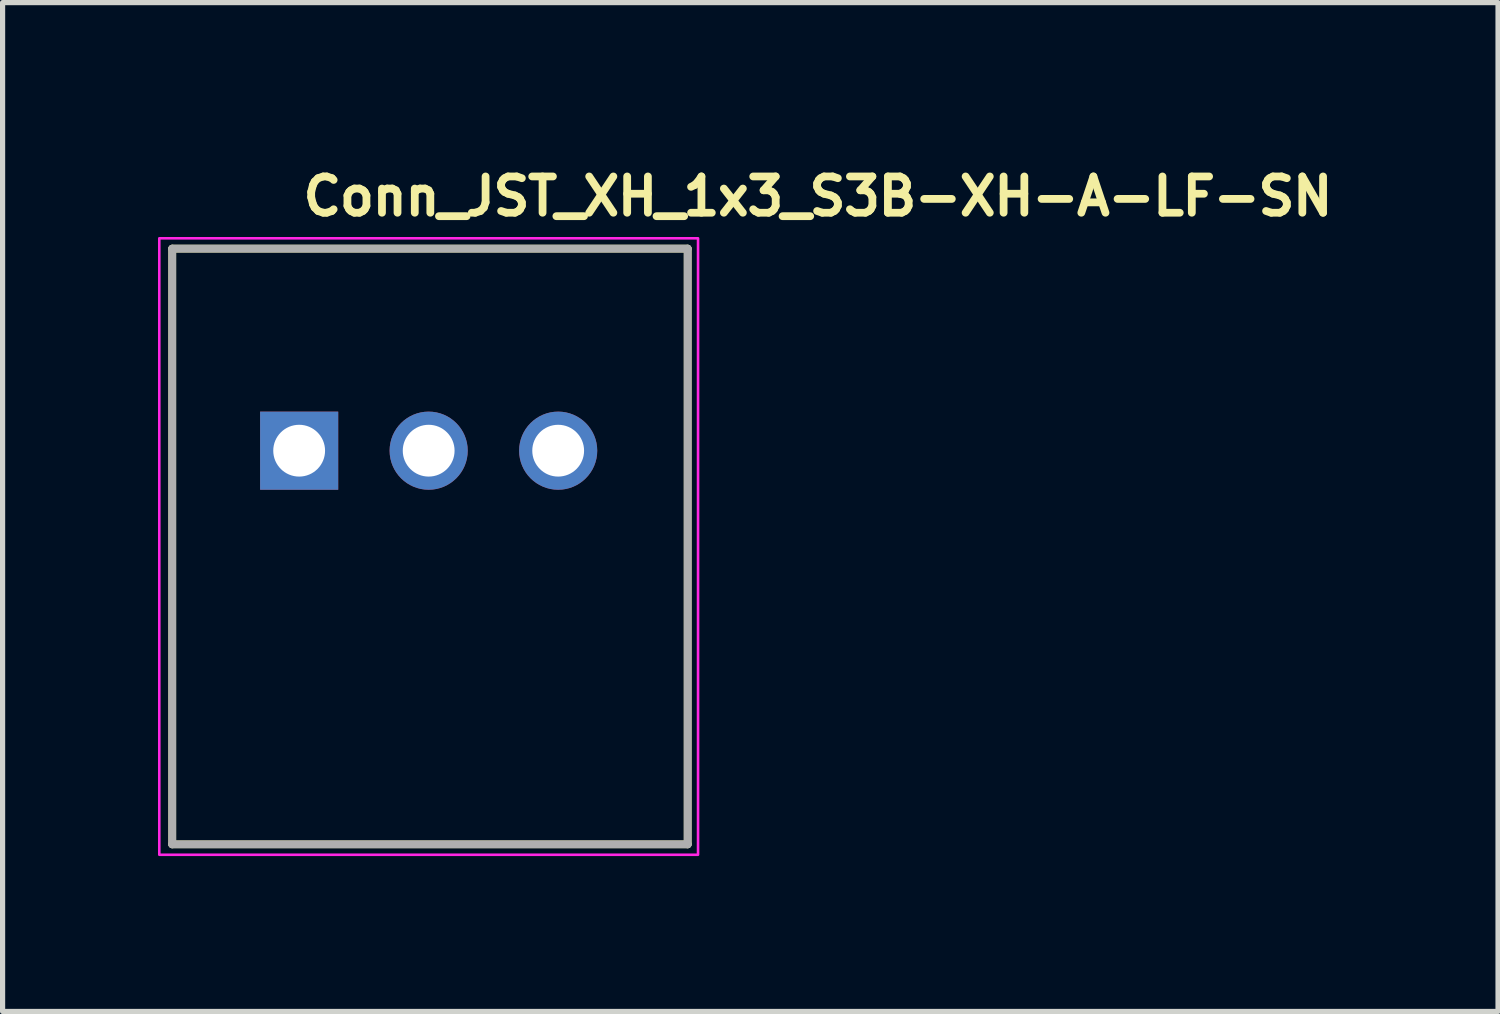
<source format=kicad_pcb>
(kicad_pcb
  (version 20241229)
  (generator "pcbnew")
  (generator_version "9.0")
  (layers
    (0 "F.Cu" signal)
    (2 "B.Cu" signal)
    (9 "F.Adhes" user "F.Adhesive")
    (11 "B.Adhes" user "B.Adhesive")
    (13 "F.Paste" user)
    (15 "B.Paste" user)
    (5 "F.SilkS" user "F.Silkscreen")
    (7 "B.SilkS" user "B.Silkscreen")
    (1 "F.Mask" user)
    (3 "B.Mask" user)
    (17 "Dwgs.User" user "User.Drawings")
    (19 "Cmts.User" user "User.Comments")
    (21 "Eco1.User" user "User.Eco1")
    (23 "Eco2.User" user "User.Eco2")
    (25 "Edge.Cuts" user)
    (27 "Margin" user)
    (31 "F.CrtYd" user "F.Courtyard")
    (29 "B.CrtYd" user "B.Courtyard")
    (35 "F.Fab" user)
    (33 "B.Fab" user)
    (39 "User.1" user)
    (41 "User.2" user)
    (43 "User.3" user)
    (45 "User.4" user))
  (footprint "Conn_JST_XH_1x3_S3B-XH-A-LF-SN"
    (layer "F.Cu")
    (at 2.725 5.65)
    (property "Reference" "Conn_JST_XH_1x3_S3B-XH-A-LF-SN" (at 0 -4.5 0) (layer "F.SilkS") (effects (font (size 0.7 0.7) (thickness 0.15)) (justify left bottom)))
    (attr through_hole)
    (fp_line (start -2.45 -3.9) (end 7.5 -3.9) (stroke (width 0.15) (type solid)) (layer "F.SilkS"))
    (fp_line (start -2.45 7.599) (end -2.45 -3.9) (stroke (width 0.15) (type solid)) (layer "F.SilkS"))
    (fp_line (start 7.5 -3.9) (end 7.5 7.599) (stroke (width 0.15) (type solid)) (layer "F.SilkS"))
    (fp_line (start 7.5 7.599) (end -2.45 7.599) (stroke (width 0.15) (type solid)) (layer "F.SilkS"))
    (fp_rect (start -2.7 -4.1) (end 7.7 7.8) (stroke (width 0.05) (type solid)) (fill no) (layer "F.CrtYd"))
    (fp_line (start -2.45 -3.9) (end 7.5 -3.9) (stroke (width 0.15) (type solid)) (layer "F.Fab"))
    (fp_line (start -2.45 7.599) (end -2.45 -3.9) (stroke (width 0.15) (type solid)) (layer "F.Fab"))
    (fp_line (start 7.5 -3.9) (end 7.5 7.599) (stroke (width 0.15) (type solid)) (layer "F.Fab"))
    (fp_line (start 7.5 7.599) (end -2.45 7.599) (stroke (width 0.15) (type solid)) (layer "F.Fab"))
    (fp_rect (start -2.45 -3.9) (end 7.45 7.599) (stroke (width 0.1) (type solid)) (fill no) (layer "User.5"))
    (fp_line (start -2.45 -3.9) (end -2.45 0.6) (stroke (width 0.02) (type solid)) (layer "User.9"))
    (fp_line (start -2.45 0.6) (end -2.45 7.599) (stroke (width 0.02) (type solid)) (layer "User.9"))
    (fp_line (start -1.549 -3.9) (end -2.45 -3.9) (stroke (width 0.02) (type solid)) (layer "User.9"))
    (fp_line (start -1.549 -3.9) (end -1.549 0.6) (stroke (width 0.02) (type solid)) (layer "User.9"))
    (fp_line (start -0.75 0.6) (end -2.45 0.6) (stroke (width 0.02) (type solid)) (layer "User.9"))
    (fp_line (start -0.75 0.6) (end -0.75 1.6) (stroke (width 0.02) (type solid)) (layer "User.9"))
    (fp_line (start -0.75 1.6) (end 0.75 1.6) (stroke (width 0.02) (type solid)) (layer "User.9"))
    (fp_line (start -0.5 4.6) (end -0.5 6.669) (stroke (width 0.02) (type solid)) (layer "User.9"))
    (fp_line (start -0.5 6.669) (end -0.499 6.675) (stroke (width 0.02) (type solid)) (layer "User.9"))
    (fp_line (start -0.5 7.13) (end -0.5 7.599) (stroke (width 0.02) (type solid)) (layer "User.9"))
    (fp_line (start -0.5 7.599) (end -2.45 7.599) (stroke (width 0.02) (type solid)) (layer "User.9"))
    (fp_line (start -0.5 7.599) (end 0.949 7.599) (stroke (width 0.02) (type solid)) (layer "User.9"))
    (fp_line (start -0.499 4.565) (end -0.5 4.6) (stroke (width 0.02) (type solid)) (layer "User.9"))
    (fp_line (start -0.499 6.675) (end -0.499 6.682) (stroke (width 0.02) (type solid)) (layer "User.9"))
    (fp_line (start -0.499 6.682) (end -0.498 6.688) (stroke (width 0.02) (type solid)) (layer "User.9"))
    (fp_line (start -0.499 7.117) (end -0.499 7.12) (stroke (width 0.02) (type solid)) (layer "User.9"))
    (fp_line (start -0.499 7.12) (end -0.499 7.124) (stroke (width 0.02) (type solid)) (layer "User.9"))
    (fp_line (start -0.499 7.124) (end -0.499 7.127) (stroke (width 0.02) (type solid)) (layer "User.9"))
    (fp_line (start -0.499 7.127) (end -0.5 7.13) (stroke (width 0.02) (type solid)) (layer "User.9"))
    (fp_line (start -0.498 6.688) (end -0.496 6.695) (stroke (width 0.02) (type solid)) (layer "User.9"))
    (fp_line (start -0.498 7.111) (end -0.498 7.114) (stroke (width 0.02) (type solid)) (layer "User.9"))
    (fp_line (start -0.498 7.114) (end -0.499 7.117) (stroke (width 0.02) (type solid)) (layer "User.9"))
    (fp_line (start -0.497 7.108) (end -0.498 7.111) (stroke (width 0.02) (type solid)) (layer "User.9"))
    (fp_line (start -0.496 4.53) (end -0.499 4.565) (stroke (width 0.02) (type solid)) (layer "User.9"))
    (fp_line (start -0.496 6.695) (end -0.494 6.701) (stroke (width 0.02) (type solid)) (layer "User.9"))
    (fp_line (start -0.496 7.104) (end -0.497 7.108) (stroke (width 0.02) (type solid)) (layer "User.9"))
    (fp_line (start -0.495 7.101) (end -0.496 7.104) (stroke (width 0.02) (type solid)) (layer "User.9"))
    (fp_line (start -0.494 6.701) (end -0.492 6.707) (stroke (width 0.02) (type solid)) (layer "User.9"))
    (fp_line (start -0.494 7.098) (end -0.495 7.101) (stroke (width 0.02) (type solid)) (layer "User.9"))
    (fp_line (start -0.493 7.095) (end -0.494 7.098) (stroke (width 0.02) (type solid)) (layer "User.9"))
    (fp_line (start -0.492 4.496) (end -0.496 4.53) (stroke (width 0.02) (type solid)) (layer "User.9"))
    (fp_line (start -0.492 6.707) (end -0.489 6.713) (stroke (width 0.02) (type solid)) (layer "User.9"))
    (fp_line (start -0.492 7.092) (end -0.493 7.095) (stroke (width 0.02) (type solid)) (layer "User.9"))
    (fp_line (start -0.491 7.089) (end -0.492 7.092) (stroke (width 0.02) (type solid)) (layer "User.9"))
    (fp_line (start -0.489 6.713) (end -0.486 6.719) (stroke (width 0.02) (type solid)) (layer "User.9"))
    (fp_line (start -0.489 7.086) (end -0.491 7.089) (stroke (width 0.02) (type solid)) (layer "User.9"))
    (fp_line (start -0.488 7.083) (end -0.489 7.086) (stroke (width 0.02) (type solid)) (layer "User.9"))
    (fp_line (start -0.486 4.462) (end -0.492 4.496) (stroke (width 0.02) (type solid)) (layer "User.9"))
    (fp_line (start -0.486 6.719) (end -0.483 6.724) (stroke (width 0.02) (type solid)) (layer "User.9"))
    (fp_line (start -0.486 7.08) (end -0.488 7.083) (stroke (width 0.02) (type solid)) (layer "User.9"))
    (fp_line (start -0.484 7.078) (end -0.486 7.08) (stroke (width 0.02) (type solid)) (layer "User.9"))
    (fp_line (start -0.483 6.724) (end -0.479 6.729) (stroke (width 0.02) (type solid)) (layer "User.9"))
    (fp_line (start -0.483 7.075) (end -0.484 7.078) (stroke (width 0.02) (type solid)) (layer "User.9"))
    (fp_line (start -0.481 7.072) (end -0.483 7.075) (stroke (width 0.02) (type solid)) (layer "User.9"))
    (fp_line (start -0.479 6.729) (end -0.475 6.734) (stroke (width 0.02) (type solid)) (layer "User.9"))
    (fp_line (start -0.479 7.07) (end -0.481 7.072) (stroke (width 0.02) (type solid)) (layer "User.9"))
    (fp_line (start -0.478 4.429) (end -0.486 4.462) (stroke (width 0.02) (type solid)) (layer "User.9"))
    (fp_line (start -0.477 7.067) (end -0.479 7.07) (stroke (width 0.02) (type solid)) (layer "User.9"))
    (fp_line (start -0.475 6.734) (end -0.47 6.739) (stroke (width 0.02) (type solid)) (layer "User.9"))
    (fp_line (start -0.475 7.065) (end -0.477 7.067) (stroke (width 0.02) (type solid)) (layer "User.9"))
    (fp_line (start -0.473 7.062) (end -0.475 7.065) (stroke (width 0.02) (type solid)) (layer "User.9"))
    (fp_line (start -0.47 6.739) (end -0.466 6.744) (stroke (width 0.02) (type solid)) (layer "User.9"))
    (fp_line (start -0.47 7.06) (end -0.473 7.062) (stroke (width 0.02) (type solid)) (layer "User.9"))
    (fp_line (start -0.469 4.396) (end -0.478 4.429) (stroke (width 0.02) (type solid)) (layer "User.9"))
    (fp_line (start -0.468 7.058) (end -0.47 7.06) (stroke (width 0.02) (type solid)) (layer "User.9"))
    (fp_line (start -0.466 6.744) (end -0.461 6.748) (stroke (width 0.02) (type solid)) (layer "User.9"))
    (fp_line (start -0.466 7.055) (end -0.468 7.058) (stroke (width 0.02) (type solid)) (layer "User.9"))
    (fp_line (start -0.463 7.053) (end -0.466 7.055) (stroke (width 0.02) (type solid)) (layer "User.9"))
    (fp_line (start -0.461 6.748) (end -0.455 6.752) (stroke (width 0.02) (type solid)) (layer "User.9"))
    (fp_line (start -0.461 7.051) (end -0.463 7.053) (stroke (width 0.02) (type solid)) (layer "User.9"))
    (fp_line (start -0.459 4.363) (end -0.469 4.396) (stroke (width 0.02) (type solid)) (layer "User.9"))
    (fp_line (start -0.458 7.049) (end -0.461 7.051) (stroke (width 0.02) (type solid)) (layer "User.9"))
    (fp_line (start -0.455 6.752) (end -0.45 6.755) (stroke (width 0.02) (type solid)) (layer "User.9"))
    (fp_line (start -0.455 7.047) (end -0.458 7.049) (stroke (width 0.02) (type solid)) (layer "User.9"))
    (fp_line (start -0.452 7.046) (end -0.455 7.047) (stroke (width 0.02) (type solid)) (layer "User.9"))
    (fp_line (start -0.45 6.755) (end -0.35 6.813) (stroke (width 0.02) (type solid)) (layer "User.9"))
    (fp_line (start -0.45 7.044) (end -0.452 7.046) (stroke (width 0.02) (type solid)) (layer "User.9"))
    (fp_line (start -0.446 4.332) (end -0.459 4.363) (stroke (width 0.02) (type solid)) (layer "User.9"))
    (fp_line (start -0.432 4.3) (end -0.446 4.332) (stroke (width 0.02) (type solid)) (layer "User.9"))
    (fp_line (start -0.417 4.27) (end -0.432 4.3) (stroke (width 0.02) (type solid)) (layer "User.9"))
    (fp_line (start -0.4 4.24) (end -0.417 4.27) (stroke (width 0.02) (type solid)) (layer "User.9"))
    (fp_line (start -0.382 4.211) (end -0.4 4.24) (stroke (width 0.02) (type solid)) (layer "User.9"))
    (fp_line (start -0.362 4.183) (end -0.382 4.211) (stroke (width 0.02) (type solid)) (layer "User.9"))
    (fp_line (start -0.35 6.813) (end -0.347 6.815) (stroke (width 0.02) (type solid)) (layer "User.9"))
    (fp_line (start -0.35 6.986) (end -0.45 7.044) (stroke (width 0.02) (type solid)) (layer "User.9"))
    (fp_line (start -0.347 6.815) (end -0.344 6.816) (stroke (width 0.02) (type solid)) (layer "User.9"))
    (fp_line (start -0.344 6.816) (end -0.341 6.818) (stroke (width 0.02) (type solid)) (layer "User.9"))
    (fp_line (start -0.344 6.983) (end -0.35 6.986) (stroke (width 0.02) (type solid)) (layer "User.9"))
    (fp_line (start -0.341 4.156) (end -0.362 4.183) (stroke (width 0.02) (type solid)) (layer "User.9"))
    (fp_line (start -0.341 6.818) (end -0.338 6.82) (stroke (width 0.02) (type solid)) (layer "User.9"))
    (fp_line (start -0.338 6.82) (end -0.336 6.822) (stroke (width 0.02) (type solid)) (layer "User.9"))
    (fp_line (start -0.338 6.979) (end -0.344 6.983) (stroke (width 0.02) (type solid)) (layer "User.9"))
    (fp_line (start -0.336 6.822) (end -0.333 6.824) (stroke (width 0.02) (type solid)) (layer "User.9"))
    (fp_line (start -0.333 6.824) (end -0.331 6.827) (stroke (width 0.02) (type solid)) (layer "User.9"))
    (fp_line (start -0.333 6.975) (end -0.338 6.979) (stroke (width 0.02) (type solid)) (layer "User.9"))
    (fp_line (start -0.331 6.827) (end -0.329 6.829) (stroke (width 0.02) (type solid)) (layer "User.9"))
    (fp_line (start -0.329 6.829) (end -0.326 6.831) (stroke (width 0.02) (type solid)) (layer "User.9"))
    (fp_line (start -0.329 6.97) (end -0.333 6.975) (stroke (width 0.02) (type solid)) (layer "User.9"))
    (fp_line (start -0.326 6.831) (end -0.324 6.834) (stroke (width 0.02) (type solid)) (layer "User.9"))
    (fp_line (start -0.324 6.834) (end -0.322 6.836) (stroke (width 0.02) (type solid)) (layer "User.9"))
    (fp_line (start -0.324 6.965) (end -0.329 6.97) (stroke (width 0.02) (type solid)) (layer "User.9"))
    (fp_line (start -0.322 6.836) (end -0.32 6.839) (stroke (width 0.02) (type solid)) (layer "User.9"))
    (fp_line (start -0.32 6.839) (end -0.318 6.841) (stroke (width 0.02) (type solid)) (layer "User.9"))
    (fp_line (start -0.32 6.96) (end -0.324 6.965) (stroke (width 0.02) (type solid)) (layer "User.9"))
    (fp_line (start -0.319 -0.32) (end -0.319 -0.311) (stroke (width 0.02) (type solid)) (layer "User.9"))
    (fp_line (start -0.319 -0.311) (end -0.319 -0.311) (stroke (width 0.02) (type solid)) (layer "User.9"))
    (fp_line (start -0.319 -0.311) (end -0.319 -0.286) (stroke (width 0.02) (type solid)) (layer "User.9"))
    (fp_line (start -0.319 -0.286) (end -0.319 -0.286) (stroke (width 0.02) (type solid)) (layer "User.9"))
    (fp_line (start -0.319 -0.286) (end -0.319 -0.245) (stroke (width 0.02) (type solid)) (layer "User.9"))
    (fp_line (start -0.319 -0.245) (end -0.319 -0.245) (stroke (width 0.02) (type solid)) (layer "User.9"))
    (fp_line (start -0.319 -0.245) (end -0.319 -0.189) (stroke (width 0.02) (type solid)) (layer "User.9"))
    (fp_line (start -0.319 -0.189) (end -0.319 -0.189) (stroke (width 0.02) (type solid)) (layer "User.9"))
    (fp_line (start -0.319 -0.189) (end -0.319 -0.117) (stroke (width 0.02) (type solid)) (layer "User.9"))
    (fp_line (start -0.319 -0.117) (end -0.319 -0.117) (stroke (width 0.02) (type solid)) (layer "User.9"))
    (fp_line (start -0.319 -0.117) (end -0.319 -0.032) (stroke (width 0.02) (type solid)) (layer "User.9"))
    (fp_line (start -0.319 -0.032) (end -0.319 -0.032) (stroke (width 0.02) (type solid)) (layer "User.9"))
    (fp_line (start -0.319 -0.032) (end -0.319 0.066) (stroke (width 0.02) (type solid)) (layer "User.9"))
    (fp_line (start -0.319 0.066) (end -0.319 0.066) (stroke (width 0.02) (type solid)) (layer "User.9"))
    (fp_line (start -0.319 0.066) (end -0.319 0.176) (stroke (width 0.02) (type solid)) (layer "User.9"))
    (fp_line (start -0.319 0.176) (end -0.319 0.176) (stroke (width 0.02) (type solid)) (layer "User.9"))
    (fp_line (start -0.319 0.176) (end -0.319 0.297) (stroke (width 0.02) (type solid)) (layer "User.9"))
    (fp_line (start -0.319 0.297) (end -0.319 0.297) (stroke (width 0.02) (type solid)) (layer "User.9"))
    (fp_line (start -0.319 0.297) (end -0.319 0.427) (stroke (width 0.02) (type solid)) (layer "User.9"))
    (fp_line (start -0.319 0.427) (end -0.319 0.427) (stroke (width 0.02) (type solid)) (layer "User.9"))
    (fp_line (start -0.319 0.427) (end -0.319 1) (stroke (width 0.02) (type solid)) (layer "User.9"))
    (fp_line (start -0.319 1) (end -0.319 1.6) (stroke (width 0.02) (type solid)) (layer "User.9"))
    (fp_line (start -0.319 4.131) (end -0.319 6.84) (stroke (width 0.02) (type solid)) (layer "User.9"))
    (fp_line (start -0.319 6.96) (end -0.319 6.987) (stroke (width 0.02) (type solid)) (layer "User.9"))
    (fp_line (start -0.319 6.987) (end 0.319 6.987) (stroke (width 0.02) (type solid)) (layer "User.9"))
    (fp_line (start -0.318 4.13) (end -0.341 4.156) (stroke (width 0.02) (type solid)) (layer "User.9"))
    (fp_line (start -0.318 6.841) (end -0.316 6.844) (stroke (width 0.02) (type solid)) (layer "User.9"))
    (fp_line (start -0.316 6.844) (end -0.315 6.847) (stroke (width 0.02) (type solid)) (layer "User.9"))
    (fp_line (start -0.316 6.955) (end -0.32 6.96) (stroke (width 0.02) (type solid)) (layer "User.9"))
    (fp_line (start -0.315 6.847) (end -0.313 6.85) (stroke (width 0.02) (type solid)) (layer "User.9"))
    (fp_line (start -0.313 6.85) (end -0.311 6.852) (stroke (width 0.02) (type solid)) (layer "User.9"))
    (fp_line (start -0.313 6.949) (end -0.316 6.955) (stroke (width 0.02) (type solid)) (layer "User.9"))
    (fp_line (start -0.311 6.852) (end -0.31 6.855) (stroke (width 0.02) (type solid)) (layer "User.9"))
    (fp_line (start -0.31 6.855) (end -0.308 6.858) (stroke (width 0.02) (type solid)) (layer "User.9"))
    (fp_line (start -0.31 6.944) (end -0.313 6.949) (stroke (width 0.02) (type solid)) (layer "User.9"))
    (fp_line (start -0.308 6.858) (end -0.307 6.861) (stroke (width 0.02) (type solid)) (layer "User.9"))
    (fp_line (start -0.307 6.861) (end -0.306 6.864) (stroke (width 0.02) (type solid)) (layer "User.9"))
    (fp_line (start -0.307 6.938) (end -0.31 6.944) (stroke (width 0.02) (type solid)) (layer "User.9"))
    (fp_line (start -0.306 6.864) (end -0.305 6.867) (stroke (width 0.02) (type solid)) (layer "User.9"))
    (fp_line (start -0.305 6.867) (end -0.304 6.87) (stroke (width 0.02) (type solid)) (layer "User.9"))
    (fp_line (start -0.305 6.932) (end -0.307 6.938) (stroke (width 0.02) (type solid)) (layer "User.9"))
    (fp_line (start -0.304 6.87) (end -0.303 6.873) (stroke (width 0.02) (type solid)) (layer "User.9"))
    (fp_line (start -0.303 6.873) (end -0.302 6.877) (stroke (width 0.02) (type solid)) (layer "User.9"))
    (fp_line (start -0.303 6.926) (end -0.305 6.932) (stroke (width 0.02) (type solid)) (layer "User.9"))
    (fp_line (start -0.302 6.877) (end -0.301 6.88) (stroke (width 0.02) (type solid)) (layer "User.9"))
    (fp_line (start -0.301 6.88) (end -0.301 6.883) (stroke (width 0.02) (type solid)) (layer "User.9"))
    (fp_line (start -0.301 6.883) (end -0.3 6.886) (stroke (width 0.02) (type solid)) (layer "User.9"))
    (fp_line (start -0.301 6.919) (end -0.303 6.926) (stroke (width 0.02) (type solid)) (layer "User.9"))
    (fp_line (start -0.3 6.886) (end -0.3 6.89) (stroke (width 0.02) (type solid)) (layer "User.9"))
    (fp_line (start -0.3 6.89) (end -0.3 6.893) (stroke (width 0.02) (type solid)) (layer "User.9"))
    (fp_line (start -0.3 6.893) (end -0.3 6.896) (stroke (width 0.02) (type solid)) (layer "User.9"))
    (fp_line (start -0.3 6.896) (end -0.3 6.9) (stroke (width 0.02) (type solid)) (layer "User.9"))
    (fp_line (start -0.3 6.9) (end -0.3 6.9) (stroke (width 0.02) (type solid)) (layer "User.9"))
    (fp_line (start -0.3 6.9) (end -0.3 6.906) (stroke (width 0.02) (type solid)) (layer "User.9"))
    (fp_line (start -0.3 6.906) (end -0.3 6.913) (stroke (width 0.02) (type solid)) (layer "User.9"))
    (fp_line (start -0.3 6.913) (end -0.301 6.919) (stroke (width 0.02) (type solid)) (layer "User.9"))
    (fp_line (start -0.294 4.105) (end -0.318 4.13) (stroke (width 0.02) (type solid)) (layer "User.9"))
    (fp_line (start -0.294 4.105) (end -0.294 4.105) (stroke (width 0.02) (type solid)) (layer "User.9"))
    (fp_line (start -0.269 4.081) (end -0.294 4.105) (stroke (width 0.02) (type solid)) (layer "User.9"))
    (fp_line (start -0.243 4.057) (end -0.269 4.081) (stroke (width 0.02) (type solid)) (layer "User.9"))
    (fp_line (start -0.216 4.037) (end -0.243 4.057) (stroke (width 0.02) (type solid)) (layer "User.9"))
    (fp_line (start -0.188 4.017) (end -0.216 4.037) (stroke (width 0.02) (type solid)) (layer "User.9"))
    (fp_line (start -0.169 7.4) (end -0.319 6.987) (stroke (width 0.02) (type solid)) (layer "User.9"))
    (fp_line (start -0.159 3.999) (end -0.188 4.017) (stroke (width 0.02) (type solid)) (layer "User.9"))
    (fp_line (start -0.129 3.982) (end -0.159 3.999) (stroke (width 0.02) (type solid)) (layer "User.9"))
    (fp_line (start -0.099 3.967) (end -0.129 3.982) (stroke (width 0.02) (type solid)) (layer "User.9"))
    (fp_line (start -0.067 3.953) (end -0.099 3.967) (stroke (width 0.02) (type solid)) (layer "User.9"))
    (fp_line (start -0.036 3.94) (end -0.067 3.953) (stroke (width 0.02) (type solid)) (layer "User.9"))
    (fp_line (start -0.003 3.93) (end -0.036 3.94) (stroke (width 0.02) (type solid)) (layer "User.9"))
    (fp_line (start 0.029 3.921) (end -0.003 3.93) (stroke (width 0.02) (type solid)) (layer "User.9"))
    (fp_line (start 0.062 3.913) (end 0.029 3.921) (stroke (width 0.02) (type solid)) (layer "User.9"))
    (fp_line (start 0.096 3.907) (end 0.062 3.913) (stroke (width 0.02) (type solid)) (layer "User.9"))
    (fp_line (start 0.13 3.903) (end 0.096 3.907) (stroke (width 0.02) (type solid)) (layer "User.9"))
    (fp_line (start 0.165 3.9) (end 0.13 3.903) (stroke (width 0.02) (type solid)) (layer "User.9"))
    (fp_line (start 0.169 7.4) (end -0.169 7.4) (stroke (width 0.02) (type solid)) (layer "User.9"))
    (fp_line (start 0.2 3.9) (end 0.165 3.9) (stroke (width 0.02) (type solid)) (layer "User.9"))
    (fp_line (start 0.319 -0.32) (end -0.319 -0.32) (stroke (width 0.02) (type solid)) (layer "User.9"))
    (fp_line (start 0.319 -0.32) (end 0.319 -0.311) (stroke (width 0.02) (type solid)) (layer "User.9"))
    (fp_line (start 0.319 -0.311) (end 0.319 -0.311) (stroke (width 0.02) (type solid)) (layer "User.9"))
    (fp_line (start 0.319 -0.311) (end 0.319 -0.286) (stroke (width 0.02) (type solid)) (layer "User.9"))
    (fp_line (start 0.319 -0.286) (end 0.319 -0.286) (stroke (width 0.02) (type solid)) (layer "User.9"))
    (fp_line (start 0.319 -0.286) (end 0.319 -0.245) (stroke (width 0.02) (type solid)) (layer "User.9"))
    (fp_line (start 0.319 -0.245) (end 0.319 -0.245) (stroke (width 0.02) (type solid)) (layer "User.9"))
    (fp_line (start 0.319 -0.245) (end 0.319 -0.189) (stroke (width 0.02) (type solid)) (layer "User.9"))
    (fp_line (start 0.319 -0.189) (end 0.319 -0.189) (stroke (width 0.02) (type solid)) (layer "User.9"))
    (fp_line (start 0.319 -0.189) (end 0.319 -0.117) (stroke (width 0.02) (type solid)) (layer "User.9"))
    (fp_line (start 0.319 -0.117) (end 0.319 -0.117) (stroke (width 0.02) (type solid)) (layer "User.9"))
    (fp_line (start 0.319 -0.117) (end 0.319 -0.032) (stroke (width 0.02) (type solid)) (layer "User.9"))
    (fp_line (start 0.319 -0.032) (end 0.319 -0.032) (stroke (width 0.02) (type solid)) (layer "User.9"))
    (fp_line (start 0.319 -0.032) (end 0.319 0.066) (stroke (width 0.02) (type solid)) (layer "User.9"))
    (fp_line (start 0.319 0.066) (end 0.319 0.066) (stroke (width 0.02) (type solid)) (layer "User.9"))
    (fp_line (start 0.319 0.066) (end 0.319 0.176) (stroke (width 0.02) (type solid)) (layer "User.9"))
    (fp_line (start 0.319 0.176) (end 0.319 0.176) (stroke (width 0.02) (type solid)) (layer "User.9"))
    (fp_line (start 0.319 0.176) (end 0.319 0.297) (stroke (width 0.02) (type solid)) (layer "User.9"))
    (fp_line (start 0.319 0.297) (end 0.319 0.297) (stroke (width 0.02) (type solid)) (layer "User.9"))
    (fp_line (start 0.319 0.297) (end 0.319 0.427) (stroke (width 0.02) (type solid)) (layer "User.9"))
    (fp_line (start 0.319 0.427) (end 0.319 0.427) (stroke (width 0.02) (type solid)) (layer "User.9"))
    (fp_line (start 0.319 0.427) (end 0.319 1) (stroke (width 0.02) (type solid)) (layer "User.9"))
    (fp_line (start 0.319 1) (end 0.319 1.6) (stroke (width 0.02) (type solid)) (layer "User.9"))
    (fp_line (start 0.319 3.9) (end 0.319 6.987) (stroke (width 0.02) (type solid)) (layer "User.9"))
    (fp_line (start 0.319 6.987) (end 0.169 7.4) (stroke (width 0.02) (type solid)) (layer "User.9"))
    (fp_line (start 0.75 1.6) (end 0.75 0.6) (stroke (width 0.02) (type solid)) (layer "User.9"))
    (fp_line (start 0.949 3.9) (end 0.2 3.9) (stroke (width 0.02) (type solid)) (layer "User.9"))
    (fp_line (start 0.949 7.599) (end 0.949 3.9) (stroke (width 0.02) (type solid)) (layer "User.9"))
    (fp_line (start 1.75 0.6) (end 0.75 0.6) (stroke (width 0.02) (type solid)) (layer "User.9"))
    (fp_line (start 1.75 0.6) (end 1.75 1.6) (stroke (width 0.02) (type solid)) (layer "User.9"))
    (fp_line (start 1.75 1.6) (end 3.25 1.6) (stroke (width 0.02) (type solid)) (layer "User.9"))
    (fp_line (start 2.18 -0.32) (end 2.18 -0.311) (stroke (width 0.02) (type solid)) (layer "User.9"))
    (fp_line (start 2.18 -0.311) (end 2.18 -0.311) (stroke (width 0.02) (type solid)) (layer "User.9"))
    (fp_line (start 2.18 -0.311) (end 2.18 -0.286) (stroke (width 0.02) (type solid)) (layer "User.9"))
    (fp_line (start 2.18 -0.286) (end 2.18 -0.286) (stroke (width 0.02) (type solid)) (layer "User.9"))
    (fp_line (start 2.18 -0.286) (end 2.18 -0.245) (stroke (width 0.02) (type solid)) (layer "User.9"))
    (fp_line (start 2.18 -0.245) (end 2.18 -0.245) (stroke (width 0.02) (type solid)) (layer "User.9"))
    (fp_line (start 2.18 -0.245) (end 2.18 -0.189) (stroke (width 0.02) (type solid)) (layer "User.9"))
    (fp_line (start 2.18 -0.189) (end 2.18 -0.189) (stroke (width 0.02) (type solid)) (layer "User.9"))
    (fp_line (start 2.18 -0.189) (end 2.18 -0.117) (stroke (width 0.02) (type solid)) (layer "User.9"))
    (fp_line (start 2.18 -0.117) (end 2.18 -0.117) (stroke (width 0.02) (type solid)) (layer "User.9"))
    (fp_line (start 2.18 -0.117) (end 2.18 -0.032) (stroke (width 0.02) (type solid)) (layer "User.9"))
    (fp_line (start 2.18 -0.032) (end 2.18 -0.032) (stroke (width 0.02) (type solid)) (layer "User.9"))
    (fp_line (start 2.18 -0.032) (end 2.18 0.066) (stroke (width 0.02) (type solid)) (layer "User.9"))
    (fp_line (start 2.18 0.066) (end 2.18 0.066) (stroke (width 0.02) (type solid)) (layer "User.9"))
    (fp_line (start 2.18 0.066) (end 2.18 0.176) (stroke (width 0.02) (type solid)) (layer "User.9"))
    (fp_line (start 2.18 0.176) (end 2.18 0.176) (stroke (width 0.02) (type solid)) (layer "User.9"))
    (fp_line (start 2.18 0.176) (end 2.18 0.297) (stroke (width 0.02) (type solid)) (layer "User.9"))
    (fp_line (start 2.18 0.297) (end 2.18 0.297) (stroke (width 0.02) (type solid)) (layer "User.9"))
    (fp_line (start 2.18 0.297) (end 2.18 0.427) (stroke (width 0.02) (type solid)) (layer "User.9"))
    (fp_line (start 2.18 0.427) (end 2.18 0.427) (stroke (width 0.02) (type solid)) (layer "User.9"))
    (fp_line (start 2.18 0.427) (end 2.18 1) (stroke (width 0.02) (type solid)) (layer "User.9"))
    (fp_line (start 2.18 1) (end 2.18 1.6) (stroke (width 0.02) (type solid)) (layer "User.9"))
    (fp_line (start 2.82 -0.32) (end 2.18 -0.32) (stroke (width 0.02) (type solid)) (layer "User.9"))
    (fp_line (start 2.82 -0.32) (end 2.82 -0.311) (stroke (width 0.02) (type solid)) (layer "User.9"))
    (fp_line (start 2.82 -0.311) (end 2.82 -0.311) (stroke (width 0.02) (type solid)) (layer "User.9"))
    (fp_line (start 2.82 -0.311) (end 2.82 -0.286) (stroke (width 0.02) (type solid)) (layer "User.9"))
    (fp_line (start 2.82 -0.286) (end 2.82 -0.286) (stroke (width 0.02) (type solid)) (layer "User.9"))
    (fp_line (start 2.82 -0.286) (end 2.82 -0.245) (stroke (width 0.02) (type solid)) (layer "User.9"))
    (fp_line (start 2.82 -0.245) (end 2.82 -0.245) (stroke (width 0.02) (type solid)) (layer "User.9"))
    (fp_line (start 2.82 -0.245) (end 2.82 -0.189) (stroke (width 0.02) (type solid)) (layer "User.9"))
    (fp_line (start 2.82 -0.189) (end 2.82 -0.189) (stroke (width 0.02) (type solid)) (layer "User.9"))
    (fp_line (start 2.82 -0.189) (end 2.82 -0.117) (stroke (width 0.02) (type solid)) (layer "User.9"))
    (fp_line (start 2.82 -0.117) (end 2.82 -0.117) (stroke (width 0.02) (type solid)) (layer "User.9"))
    (fp_line (start 2.82 -0.117) (end 2.82 -0.032) (stroke (width 0.02) (type solid)) (layer "User.9"))
    (fp_line (start 2.82 -0.032) (end 2.82 -0.032) (stroke (width 0.02) (type solid)) (layer "User.9"))
    (fp_line (start 2.82 -0.032) (end 2.82 0.066) (stroke (width 0.02) (type solid)) (layer "User.9"))
    (fp_line (start 2.82 0.066) (end 2.82 0.066) (stroke (width 0.02) (type solid)) (layer "User.9"))
    (fp_line (start 2.82 0.066) (end 2.82 0.176) (stroke (width 0.02) (type solid)) (layer "User.9"))
    (fp_line (start 2.82 0.176) (end 2.82 0.176) (stroke (width 0.02) (type solid)) (layer "User.9"))
    (fp_line (start 2.82 0.176) (end 2.82 0.297) (stroke (width 0.02) (type solid)) (layer "User.9"))
    (fp_line (start 2.82 0.297) (end 2.82 0.297) (stroke (width 0.02) (type solid)) (layer "User.9"))
    (fp_line (start 2.82 0.297) (end 2.82 0.427) (stroke (width 0.02) (type solid)) (layer "User.9"))
    (fp_line (start 2.82 0.427) (end 2.82 0.427) (stroke (width 0.02) (type solid)) (layer "User.9"))
    (fp_line (start 2.82 0.427) (end 2.82 1) (stroke (width 0.02) (type solid)) (layer "User.9"))
    (fp_line (start 2.82 1) (end 2.82 1.6) (stroke (width 0.02) (type solid)) (layer "User.9"))
    (fp_line (start 3.25 1.6) (end 3.25 0.6) (stroke (width 0.02) (type solid)) (layer "User.9"))
    (fp_line (start 4.049 3.9) (end 4.049 7.599) (stroke (width 0.02) (type solid)) (layer "User.9"))
    (fp_line (start 4.049 7.599) (end 0.949 7.599) (stroke (width 0.02) (type solid)) (layer "User.9"))
    (fp_line (start 4.049 7.599) (end 5.5 7.599) (stroke (width 0.02) (type solid)) (layer "User.9"))
    (fp_line (start 4.25 0.6) (end 3.25 0.6) (stroke (width 0.02) (type solid)) (layer "User.9"))
    (fp_line (start 4.25 0.6) (end 4.25 1.6) (stroke (width 0.02) (type solid)) (layer "User.9"))
    (fp_line (start 4.25 1.6) (end 5.75 1.6) (stroke (width 0.02) (type solid)) (layer "User.9"))
    (fp_line (start 4.68 -0.32) (end 4.68 -0.311) (stroke (width 0.02) (type solid)) (layer "User.9"))
    (fp_line (start 4.68 -0.311) (end 4.68 -0.311) (stroke (width 0.02) (type solid)) (layer "User.9"))
    (fp_line (start 4.68 -0.311) (end 4.68 -0.286) (stroke (width 0.02) (type solid)) (layer "User.9"))
    (fp_line (start 4.68 -0.286) (end 4.68 -0.286) (stroke (width 0.02) (type solid)) (layer "User.9"))
    (fp_line (start 4.68 -0.286) (end 4.68 -0.245) (stroke (width 0.02) (type solid)) (layer "User.9"))
    (fp_line (start 4.68 -0.245) (end 4.68 -0.245) (stroke (width 0.02) (type solid)) (layer "User.9"))
    (fp_line (start 4.68 -0.245) (end 4.68 -0.189) (stroke (width 0.02) (type solid)) (layer "User.9"))
    (fp_line (start 4.68 -0.189) (end 4.68 -0.189) (stroke (width 0.02) (type solid)) (layer "User.9"))
    (fp_line (start 4.68 -0.189) (end 4.68 -0.117) (stroke (width 0.02) (type solid)) (layer "User.9"))
    (fp_line (start 4.68 -0.117) (end 4.68 -0.117) (stroke (width 0.02) (type solid)) (layer "User.9"))
    (fp_line (start 4.68 -0.117) (end 4.68 -0.032) (stroke (width 0.02) (type solid)) (layer "User.9"))
    (fp_line (start 4.68 -0.032) (end 4.68 -0.032) (stroke (width 0.02) (type solid)) (layer "User.9"))
    (fp_line (start 4.68 -0.032) (end 4.68 0.066) (stroke (width 0.02) (type solid)) (layer "User.9"))
    (fp_line (start 4.68 0.066) (end 4.68 0.066) (stroke (width 0.02) (type solid)) (layer "User.9"))
    (fp_line (start 4.68 0.066) (end 4.68 0.176) (stroke (width 0.02) (type solid)) (layer "User.9"))
    (fp_line (start 4.68 0.176) (end 4.68 0.176) (stroke (width 0.02) (type solid)) (layer "User.9"))
    (fp_line (start 4.68 0.176) (end 4.68 0.297) (stroke (width 0.02) (type solid)) (layer "User.9"))
    (fp_line (start 4.68 0.297) (end 4.68 0.297) (stroke (width 0.02) (type solid)) (layer "User.9"))
    (fp_line (start 4.68 0.297) (end 4.68 0.427) (stroke (width 0.02) (type solid)) (layer "User.9"))
    (fp_line (start 4.68 0.427) (end 4.68 0.427) (stroke (width 0.02) (type solid)) (layer "User.9"))
    (fp_line (start 4.68 0.427) (end 4.68 1) (stroke (width 0.02) (type solid)) (layer "User.9"))
    (fp_line (start 4.68 1) (end 4.68 1.6) (stroke (width 0.02) (type solid)) (layer "User.9"))
    (fp_line (start 4.68 3.9) (end 4.68 6.987) (stroke (width 0.02) (type solid)) (layer "User.9"))
    (fp_line (start 4.68 6.987) (end 5.32 6.987) (stroke (width 0.02) (type solid)) (layer "User.9"))
    (fp_line (start 4.8 3.9) (end 4.049 3.9) (stroke (width 0.02) (type solid)) (layer "User.9"))
    (fp_line (start 4.83 7.4) (end 4.68 6.987) (stroke (width 0.02) (type solid)) (layer "User.9"))
    (fp_line (start 4.834 3.9) (end 4.8 3.9) (stroke (width 0.02) (type solid)) (layer "User.9"))
    (fp_line (start 4.869 3.903) (end 4.834 3.9) (stroke (width 0.02) (type solid)) (layer "User.9"))
    (fp_line (start 4.903 3.907) (end 4.869 3.903) (stroke (width 0.02) (type solid)) (layer "User.9"))
    (fp_line (start 4.937 3.913) (end 4.903 3.907) (stroke (width 0.02) (type solid)) (layer "User.9"))
    (fp_line (start 4.97 3.921) (end 4.937 3.913) (stroke (width 0.02) (type solid)) (layer "User.9"))
    (fp_line (start 5.003 3.93) (end 4.97 3.921) (stroke (width 0.02) (type solid)) (layer "User.9"))
    (fp_line (start 5.036 3.94) (end 5.003 3.93) (stroke (width 0.02) (type solid)) (layer "User.9"))
    (fp_line (start 5.067 3.953) (end 5.036 3.94) (stroke (width 0.02) (type solid)) (layer "User.9"))
    (fp_line (start 5.099 3.967) (end 5.067 3.953) (stroke (width 0.02) (type solid)) (layer "User.9"))
    (fp_line (start 5.129 3.982) (end 5.099 3.967) (stroke (width 0.02) (type solid)) (layer "User.9"))
    (fp_line (start 5.159 3.999) (end 5.129 3.982) (stroke (width 0.02) (type solid)) (layer "User.9"))
    (fp_line (start 5.17 7.4) (end 4.83 7.4) (stroke (width 0.02) (type solid)) (layer "User.9"))
    (fp_line (start 5.188 4.017) (end 5.159 3.999) (stroke (width 0.02) (type solid)) (layer "User.9"))
    (fp_line (start 5.216 4.037) (end 5.188 4.017) (stroke (width 0.02) (type solid)) (layer "User.9"))
    (fp_line (start 5.243 4.057) (end 5.216 4.037) (stroke (width 0.02) (type solid)) (layer "User.9"))
    (fp_line (start 5.269 4.081) (end 5.243 4.057) (stroke (width 0.02) (type solid)) (layer "User.9"))
    (fp_line (start 5.294 4.105) (end 5.269 4.081) (stroke (width 0.02) (type solid)) (layer "User.9"))
    (fp_line (start 5.294 4.105) (end 5.294 4.105) (stroke (width 0.02) (type solid)) (layer "User.9"))
    (fp_line (start 5.3 6.886) (end 5.301 6.88) (stroke (width 0.02) (type solid)) (layer "User.9"))
    (fp_line (start 5.3 6.893) (end 5.3 6.886) (stroke (width 0.02) (type solid)) (layer "User.9"))
    (fp_line (start 5.3 6.9) (end 5.3 6.893) (stroke (width 0.02) (type solid)) (layer "User.9"))
    (fp_line (start 5.3 6.9) (end 5.3 6.9) (stroke (width 0.02) (type solid)) (layer "User.9"))
    (fp_line (start 5.3 6.903) (end 5.3 6.9) (stroke (width 0.02) (type solid)) (layer "User.9"))
    (fp_line (start 5.3 6.906) (end 5.3 6.903) (stroke (width 0.02) (type solid)) (layer "User.9"))
    (fp_line (start 5.3 6.909) (end 5.3 6.906) (stroke (width 0.02) (type solid)) (layer "User.9"))
    (fp_line (start 5.3 6.913) (end 5.3 6.909) (stroke (width 0.02) (type solid)) (layer "User.9"))
    (fp_line (start 5.301 6.88) (end 5.303 6.873) (stroke (width 0.02) (type solid)) (layer "User.9"))
    (fp_line (start 5.301 6.916) (end 5.3 6.913) (stroke (width 0.02) (type solid)) (layer "User.9"))
    (fp_line (start 5.301 6.919) (end 5.301 6.916) (stroke (width 0.02) (type solid)) (layer "User.9"))
    (fp_line (start 5.302 6.922) (end 5.301 6.919) (stroke (width 0.02) (type solid)) (layer "User.9"))
    (fp_line (start 5.303 6.873) (end 5.305 6.867) (stroke (width 0.02) (type solid)) (layer "User.9"))
    (fp_line (start 5.303 6.926) (end 5.302 6.922) (stroke (width 0.02) (type solid)) (layer "User.9"))
    (fp_line (start 5.304 6.929) (end 5.303 6.926) (stroke (width 0.02) (type solid)) (layer "User.9"))
    (fp_line (start 5.305 6.867) (end 5.307 6.861) (stroke (width 0.02) (type solid)) (layer "User.9"))
    (fp_line (start 5.305 6.932) (end 5.304 6.929) (stroke (width 0.02) (type solid)) (layer "User.9"))
    (fp_line (start 5.306 6.935) (end 5.305 6.932) (stroke (width 0.02) (type solid)) (layer "User.9"))
    (fp_line (start 5.307 6.861) (end 5.31 6.855) (stroke (width 0.02) (type solid)) (layer "User.9"))
    (fp_line (start 5.307 6.938) (end 5.306 6.935) (stroke (width 0.02) (type solid)) (layer "User.9"))
    (fp_line (start 5.308 6.941) (end 5.307 6.938) (stroke (width 0.02) (type solid)) (layer "User.9"))
    (fp_line (start 5.31 6.855) (end 5.313 6.85) (stroke (width 0.02) (type solid)) (layer "User.9"))
    (fp_line (start 5.31 6.944) (end 5.308 6.941) (stroke (width 0.02) (type solid)) (layer "User.9"))
    (fp_line (start 5.311 6.947) (end 5.31 6.944) (stroke (width 0.02) (type solid)) (layer "User.9"))
    (fp_line (start 5.313 6.85) (end 5.316 6.844) (stroke (width 0.02) (type solid)) (layer "User.9"))
    (fp_line (start 5.313 6.949) (end 5.311 6.947) (stroke (width 0.02) (type solid)) (layer "User.9"))
    (fp_line (start 5.315 6.952) (end 5.313 6.949) (stroke (width 0.02) (type solid)) (layer "User.9"))
    (fp_line (start 5.316 6.844) (end 5.32 6.839) (stroke (width 0.02) (type solid)) (layer "User.9"))
    (fp_line (start 5.316 6.955) (end 5.315 6.952) (stroke (width 0.02) (type solid)) (layer "User.9"))
    (fp_line (start 5.318 4.13) (end 5.294 4.105) (stroke (width 0.02) (type solid)) (layer "User.9"))
    (fp_line (start 5.318 6.958) (end 5.316 6.955) (stroke (width 0.02) (type solid)) (layer "User.9"))
    (fp_line (start 5.32 -0.32) (end 4.68 -0.32) (stroke (width 0.02) (type solid)) (layer "User.9"))
    (fp_line (start 5.32 -0.32) (end 5.32 -0.311) (stroke (width 0.02) (type solid)) (layer "User.9"))
    (fp_line (start 5.32 -0.311) (end 5.32 -0.311) (stroke (width 0.02) (type solid)) (layer "User.9"))
    (fp_line (start 5.32 -0.311) (end 5.32 -0.286) (stroke (width 0.02) (type solid)) (layer "User.9"))
    (fp_line (start 5.32 -0.286) (end 5.32 -0.286) (stroke (width 0.02) (type solid)) (layer "User.9"))
    (fp_line (start 5.32 -0.286) (end 5.32 -0.245) (stroke (width 0.02) (type solid)) (layer "User.9"))
    (fp_line (start 5.32 -0.245) (end 5.32 -0.245) (stroke (width 0.02) (type solid)) (layer "User.9"))
    (fp_line (start 5.32 -0.245) (end 5.32 -0.189) (stroke (width 0.02) (type solid)) (layer "User.9"))
    (fp_line (start 5.32 -0.189) (end 5.32 -0.189) (stroke (width 0.02) (type solid)) (layer "User.9"))
    (fp_line (start 5.32 -0.189) (end 5.32 -0.117) (stroke (width 0.02) (type solid)) (layer "User.9"))
    (fp_line (start 5.32 -0.117) (end 5.32 -0.117) (stroke (width 0.02) (type solid)) (layer "User.9"))
    (fp_line (start 5.32 -0.117) (end 5.32 -0.032) (stroke (width 0.02) (type solid)) (layer "User.9"))
    (fp_line (start 5.32 -0.032) (end 5.32 -0.032) (stroke (width 0.02) (type solid)) (layer "User.9"))
    (fp_line (start 5.32 -0.032) (end 5.32 0.066) (stroke (width 0.02) (type solid)) (layer "User.9"))
    (fp_line (start 5.32 0.066) (end 5.32 0.066) (stroke (width 0.02) (type solid)) (layer "User.9"))
    (fp_line (start 5.32 0.066) (end 5.32 0.176) (stroke (width 0.02) (type solid)) (layer "User.9"))
    (fp_line (start 5.32 0.176) (end 5.32 0.176) (stroke (width 0.02) (type solid)) (layer "User.9"))
    (fp_line (start 5.32 0.176) (end 5.32 0.297) (stroke (width 0.02) (type solid)) (layer "User.9"))
    (fp_line (start 5.32 0.297) (end 5.32 0.297) (stroke (width 0.02) (type solid)) (layer "User.9"))
    (fp_line (start 5.32 0.297) (end 5.32 0.427) (stroke (width 0.02) (type solid)) (layer "User.9"))
    (fp_line (start 5.32 0.427) (end 5.32 0.427) (stroke (width 0.02) (type solid)) (layer "User.9"))
    (fp_line (start 5.32 0.427) (end 5.32 1) (stroke (width 0.02) (type solid)) (layer "User.9"))
    (fp_line (start 5.32 1) (end 5.32 1.6) (stroke (width 0.02) (type solid)) (layer "User.9"))
    (fp_line (start 5.32 4.131) (end 5.32 6.84) (stroke (width 0.02) (type solid)) (layer "User.9"))
    (fp_line (start 5.32 6.839) (end 5.324 6.834) (stroke (width 0.02) (type solid)) (layer "User.9"))
    (fp_line (start 5.32 6.96) (end 5.318 6.958) (stroke (width 0.02) (type solid)) (layer "User.9"))
    (fp_line (start 5.32 6.96) (end 5.32 6.987) (stroke (width 0.02) (type solid)) (layer "User.9"))
    (fp_line (start 5.32 6.987) (end 5.17 7.4) (stroke (width 0.02) (type solid)) (layer "User.9"))
    (fp_line (start 5.322 6.963) (end 5.32 6.96) (stroke (width 0.02) (type solid)) (layer "User.9"))
    (fp_line (start 5.324 6.834) (end 5.329 6.829) (stroke (width 0.02) (type solid)) (layer "User.9"))
    (fp_line (start 5.324 6.965) (end 5.322 6.963) (stroke (width 0.02) (type solid)) (layer "User.9"))
    (fp_line (start 5.326 6.968) (end 5.324 6.965) (stroke (width 0.02) (type solid)) (layer "User.9"))
    (fp_line (start 5.329 6.829) (end 5.333 6.824) (stroke (width 0.02) (type solid)) (layer "User.9"))
    (fp_line (start 5.329 6.97) (end 5.326 6.968) (stroke (width 0.02) (type solid)) (layer "User.9"))
    (fp_line (start 5.331 6.972) (end 5.329 6.97) (stroke (width 0.02) (type solid)) (layer "User.9"))
    (fp_line (start 5.333 6.824) (end 5.338 6.82) (stroke (width 0.02) (type solid)) (layer "User.9"))
    (fp_line (start 5.333 6.975) (end 5.331 6.972) (stroke (width 0.02) (type solid)) (layer "User.9"))
    (fp_line (start 5.336 6.977) (end 5.333 6.975) (stroke (width 0.02) (type solid)) (layer "User.9"))
    (fp_line (start 5.338 6.82) (end 5.344 6.816) (stroke (width 0.02) (type solid)) (layer "User.9"))
    (fp_line (start 5.338 6.979) (end 5.336 6.977) (stroke (width 0.02) (type solid)) (layer "User.9"))
    (fp_line (start 5.341 4.156) (end 5.318 4.13) (stroke (width 0.02) (type solid)) (layer "User.9"))
    (fp_line (start 5.341 6.981) (end 5.338 6.979) (stroke (width 0.02) (type solid)) (layer "User.9"))
    (fp_line (start 5.344 6.816) (end 5.349 6.813) (stroke (width 0.02) (type solid)) (layer "User.9"))
    (fp_line (start 5.344 6.983) (end 5.341 6.981) (stroke (width 0.02) (type solid)) (layer "User.9"))
    (fp_line (start 5.347 6.984) (end 5.344 6.983) (stroke (width 0.02) (type solid)) (layer "User.9"))
    (fp_line (start 5.349 6.813) (end 5.45 6.755) (stroke (width 0.02) (type solid)) (layer "User.9"))
    (fp_line (start 5.349 6.986) (end 5.347 6.984) (stroke (width 0.02) (type solid)) (layer "User.9"))
    (fp_line (start 5.362 4.183) (end 5.341 4.156) (stroke (width 0.02) (type solid)) (layer "User.9"))
    (fp_line (start 5.382 4.211) (end 5.362 4.183) (stroke (width 0.02) (type solid)) (layer "User.9"))
    (fp_line (start 5.4 4.24) (end 5.382 4.211) (stroke (width 0.02) (type solid)) (layer "User.9"))
    (fp_line (start 5.417 4.27) (end 5.4 4.24) (stroke (width 0.02) (type solid)) (layer "User.9"))
    (fp_line (start 5.432 4.3) (end 5.417 4.27) (stroke (width 0.02) (type solid)) (layer "User.9"))
    (fp_line (start 5.446 4.332) (end 5.432 4.3) (stroke (width 0.02) (type solid)) (layer "User.9"))
    (fp_line (start 5.45 6.755) (end 5.452 6.753) (stroke (width 0.02) (type solid)) (layer "User.9"))
    (fp_line (start 5.45 7.044) (end 5.349 6.986) (stroke (width 0.02) (type solid)) (layer "User.9"))
    (fp_line (start 5.452 6.753) (end 5.455 6.752) (stroke (width 0.02) (type solid)) (layer "User.9"))
    (fp_line (start 5.455 6.752) (end 5.458 6.75) (stroke (width 0.02) (type solid)) (layer "User.9"))
    (fp_line (start 5.455 7.047) (end 5.45 7.044) (stroke (width 0.02) (type solid)) (layer "User.9"))
    (fp_line (start 5.458 6.75) (end 5.461 6.748) (stroke (width 0.02) (type solid)) (layer "User.9"))
    (fp_line (start 5.459 4.363) (end 5.446 4.332) (stroke (width 0.02) (type solid)) (layer "User.9"))
    (fp_line (start 5.461 6.748) (end 5.463 6.746) (stroke (width 0.02) (type solid)) (layer "User.9"))
    (fp_line (start 5.461 7.051) (end 5.455 7.047) (stroke (width 0.02) (type solid)) (layer "User.9"))
    (fp_line (start 5.463 6.746) (end 5.466 6.744) (stroke (width 0.02) (type solid)) (layer "User.9"))
    (fp_line (start 5.466 6.744) (end 5.468 6.741) (stroke (width 0.02) (type solid)) (layer "User.9"))
    (fp_line (start 5.466 7.055) (end 5.461 7.051) (stroke (width 0.02) (type solid)) (layer "User.9"))
    (fp_line (start 5.468 6.741) (end 5.47 6.739) (stroke (width 0.02) (type solid)) (layer "User.9"))
    (fp_line (start 5.469 4.396) (end 5.459 4.363) (stroke (width 0.02) (type solid)) (layer "User.9"))
    (fp_line (start 5.47 6.739) (end 5.473 6.737) (stroke (width 0.02) (type solid)) (layer "User.9"))
    (fp_line (start 5.47 7.06) (end 5.466 7.055) (stroke (width 0.02) (type solid)) (layer "User.9"))
    (fp_line (start 5.473 6.737) (end 5.475 6.734) (stroke (width 0.02) (type solid)) (layer "User.9"))
    (fp_line (start 5.475 6.734) (end 5.477 6.732) (stroke (width 0.02) (type solid)) (layer "User.9"))
    (fp_line (start 5.475 7.065) (end 5.47 7.06) (stroke (width 0.02) (type solid)) (layer "User.9"))
    (fp_line (start 5.477 6.732) (end 5.479 6.729) (stroke (width 0.02) (type solid)) (layer "User.9"))
    (fp_line (start 5.478 4.429) (end 5.469 4.396) (stroke (width 0.02) (type solid)) (layer "User.9"))
    (fp_line (start 5.479 6.729) (end 5.481 6.727) (stroke (width 0.02) (type solid)) (layer "User.9"))
    (fp_line (start 5.479 7.07) (end 5.475 7.065) (stroke (width 0.02) (type solid)) (layer "User.9"))
    (fp_line (start 5.481 6.727) (end 5.483 6.724) (stroke (width 0.02) (type solid)) (layer "User.9"))
    (fp_line (start 5.483 6.724) (end 5.484 6.721) (stroke (width 0.02) (type solid)) (layer "User.9"))
    (fp_line (start 5.483 7.075) (end 5.479 7.07) (stroke (width 0.02) (type solid)) (layer "User.9"))
    (fp_line (start 5.484 6.721) (end 5.486 6.719) (stroke (width 0.02) (type solid)) (layer "User.9"))
    (fp_line (start 5.486 4.462) (end 5.478 4.429) (stroke (width 0.02) (type solid)) (layer "User.9"))
    (fp_line (start 5.486 6.719) (end 5.488 6.716) (stroke (width 0.02) (type solid)) (layer "User.9"))
    (fp_line (start 5.486 7.08) (end 5.483 7.075) (stroke (width 0.02) (type solid)) (layer "User.9"))
    (fp_line (start 5.488 6.716) (end 5.489 6.713) (stroke (width 0.02) (type solid)) (layer "User.9"))
    (fp_line (start 5.489 6.713) (end 5.491 6.71) (stroke (width 0.02) (type solid)) (layer "User.9"))
    (fp_line (start 5.489 7.086) (end 5.486 7.08) (stroke (width 0.02) (type solid)) (layer "User.9"))
    (fp_line (start 5.491 6.71) (end 5.492 6.707) (stroke (width 0.02) (type solid)) (layer "User.9"))
    (fp_line (start 5.492 4.496) (end 5.486 4.462) (stroke (width 0.02) (type solid)) (layer "User.9"))
    (fp_line (start 5.492 6.707) (end 5.493 6.704) (stroke (width 0.02) (type solid)) (layer "User.9"))
    (fp_line (start 5.492 7.092) (end 5.489 7.086) (stroke (width 0.02) (type solid)) (layer "User.9"))
    (fp_line (start 5.493 6.704) (end 5.494 6.701) (stroke (width 0.02) (type solid)) (layer "User.9"))
    (fp_line (start 5.494 6.701) (end 5.495 6.698) (stroke (width 0.02) (type solid)) (layer "User.9"))
    (fp_line (start 5.494 7.098) (end 5.492 7.092) (stroke (width 0.02) (type solid)) (layer "User.9"))
    (fp_line (start 5.495 6.698) (end 5.496 6.695) (stroke (width 0.02) (type solid)) (layer "User.9"))
    (fp_line (start 5.496 4.53) (end 5.492 4.496) (stroke (width 0.02) (type solid)) (layer "User.9"))
    (fp_line (start 5.496 6.695) (end 5.497 6.691) (stroke (width 0.02) (type solid)) (layer "User.9"))
    (fp_line (start 5.496 7.104) (end 5.494 7.098) (stroke (width 0.02) (type solid)) (layer "User.9"))
    (fp_line (start 5.497 6.691) (end 5.498 6.688) (stroke (width 0.02) (type solid)) (layer "User.9"))
    (fp_line (start 5.498 6.685) (end 5.499 6.682) (stroke (width 0.02) (type solid)) (layer "User.9"))
    (fp_line (start 5.498 6.688) (end 5.498 6.685) (stroke (width 0.02) (type solid)) (layer "User.9"))
    (fp_line (start 5.498 7.111) (end 5.496 7.104) (stroke (width 0.02) (type solid)) (layer "User.9"))
    (fp_line (start 5.499 4.565) (end 5.496 4.53) (stroke (width 0.02) (type solid)) (layer "User.9"))
    (fp_line (start 5.499 6.672) (end 5.5 6.669) (stroke (width 0.02) (type solid)) (layer "User.9"))
    (fp_line (start 5.499 6.675) (end 5.499 6.672) (stroke (width 0.02) (type solid)) (layer "User.9"))
    (fp_line (start 5.499 6.679) (end 5.499 6.675) (stroke (width 0.02) (type solid)) (layer "User.9"))
    (fp_line (start 5.499 6.682) (end 5.499 6.679) (stroke (width 0.02) (type solid)) (layer "User.9"))
    (fp_line (start 5.499 7.117) (end 5.498 7.111) (stroke (width 0.02) (type solid)) (layer "User.9"))
    (fp_line (start 5.499 7.124) (end 5.499 7.117) (stroke (width 0.02) (type solid)) (layer "User.9"))
    (fp_line (start 5.5 4.6) (end 5.499 4.565) (stroke (width 0.02) (type solid)) (layer "User.9"))
    (fp_line (start 5.5 6.669) (end 5.5 4.6) (stroke (width 0.02) (type solid)) (layer "User.9"))
    (fp_line (start 5.5 7.13) (end 5.499 7.124) (stroke (width 0.02) (type solid)) (layer "User.9"))
    (fp_line (start 5.5 7.599) (end 5.5 7.13) (stroke (width 0.02) (type solid)) (layer "User.9"))
    (fp_line (start 5.75 1.6) (end 5.75 0.6) (stroke (width 0.02) (type solid)) (layer "User.9"))
    (fp_line (start 6.55 -3.9) (end 6.55 0.6) (stroke (width 0.02) (type solid)) (layer "User.9"))
    (fp_line (start 6.55 -3.9) (end 7.45 -3.9) (stroke (width 0.02) (type solid)) (layer "User.9"))
    (fp_line (start 7.45 -3.9) (end 7.45 0.6) (stroke (width 0.02) (type solid)) (layer "User.9"))
    (fp_line (start 7.45 0.6) (end 5.75 0.6) (stroke (width 0.02) (type solid)) (layer "User.9"))
    (fp_line (start 7.45 0.6) (end 7.45 7.599) (stroke (width 0.02) (type solid)) (layer "User.9"))
    (fp_line (start 7.45 7.599) (end 5.5 7.599) (stroke (width 0.02) (type solid)) (layer "User.9"))
    (pad "1" thru_hole rect (at 0 0) (size 1.508 1.508) (drill 1) (layers "*.Cu" "*.Mask"))
    (pad "2" thru_hole circle (at 2.5 0) (size 1.508 1.508) (drill 1) (layers "*.Cu" "*.Mask"))
    (pad "3" thru_hole circle (at 5 0) (size 1.508 1.508) (drill 1) (layers "*.Cu" "*.Mask")))
  (gr_rect
    (start -3 -3)
    (end 25.868 16.475)
    (stroke (width 0.1) (type default))
    (fill no)
    (layer "Edge.Cuts")))
</source>
